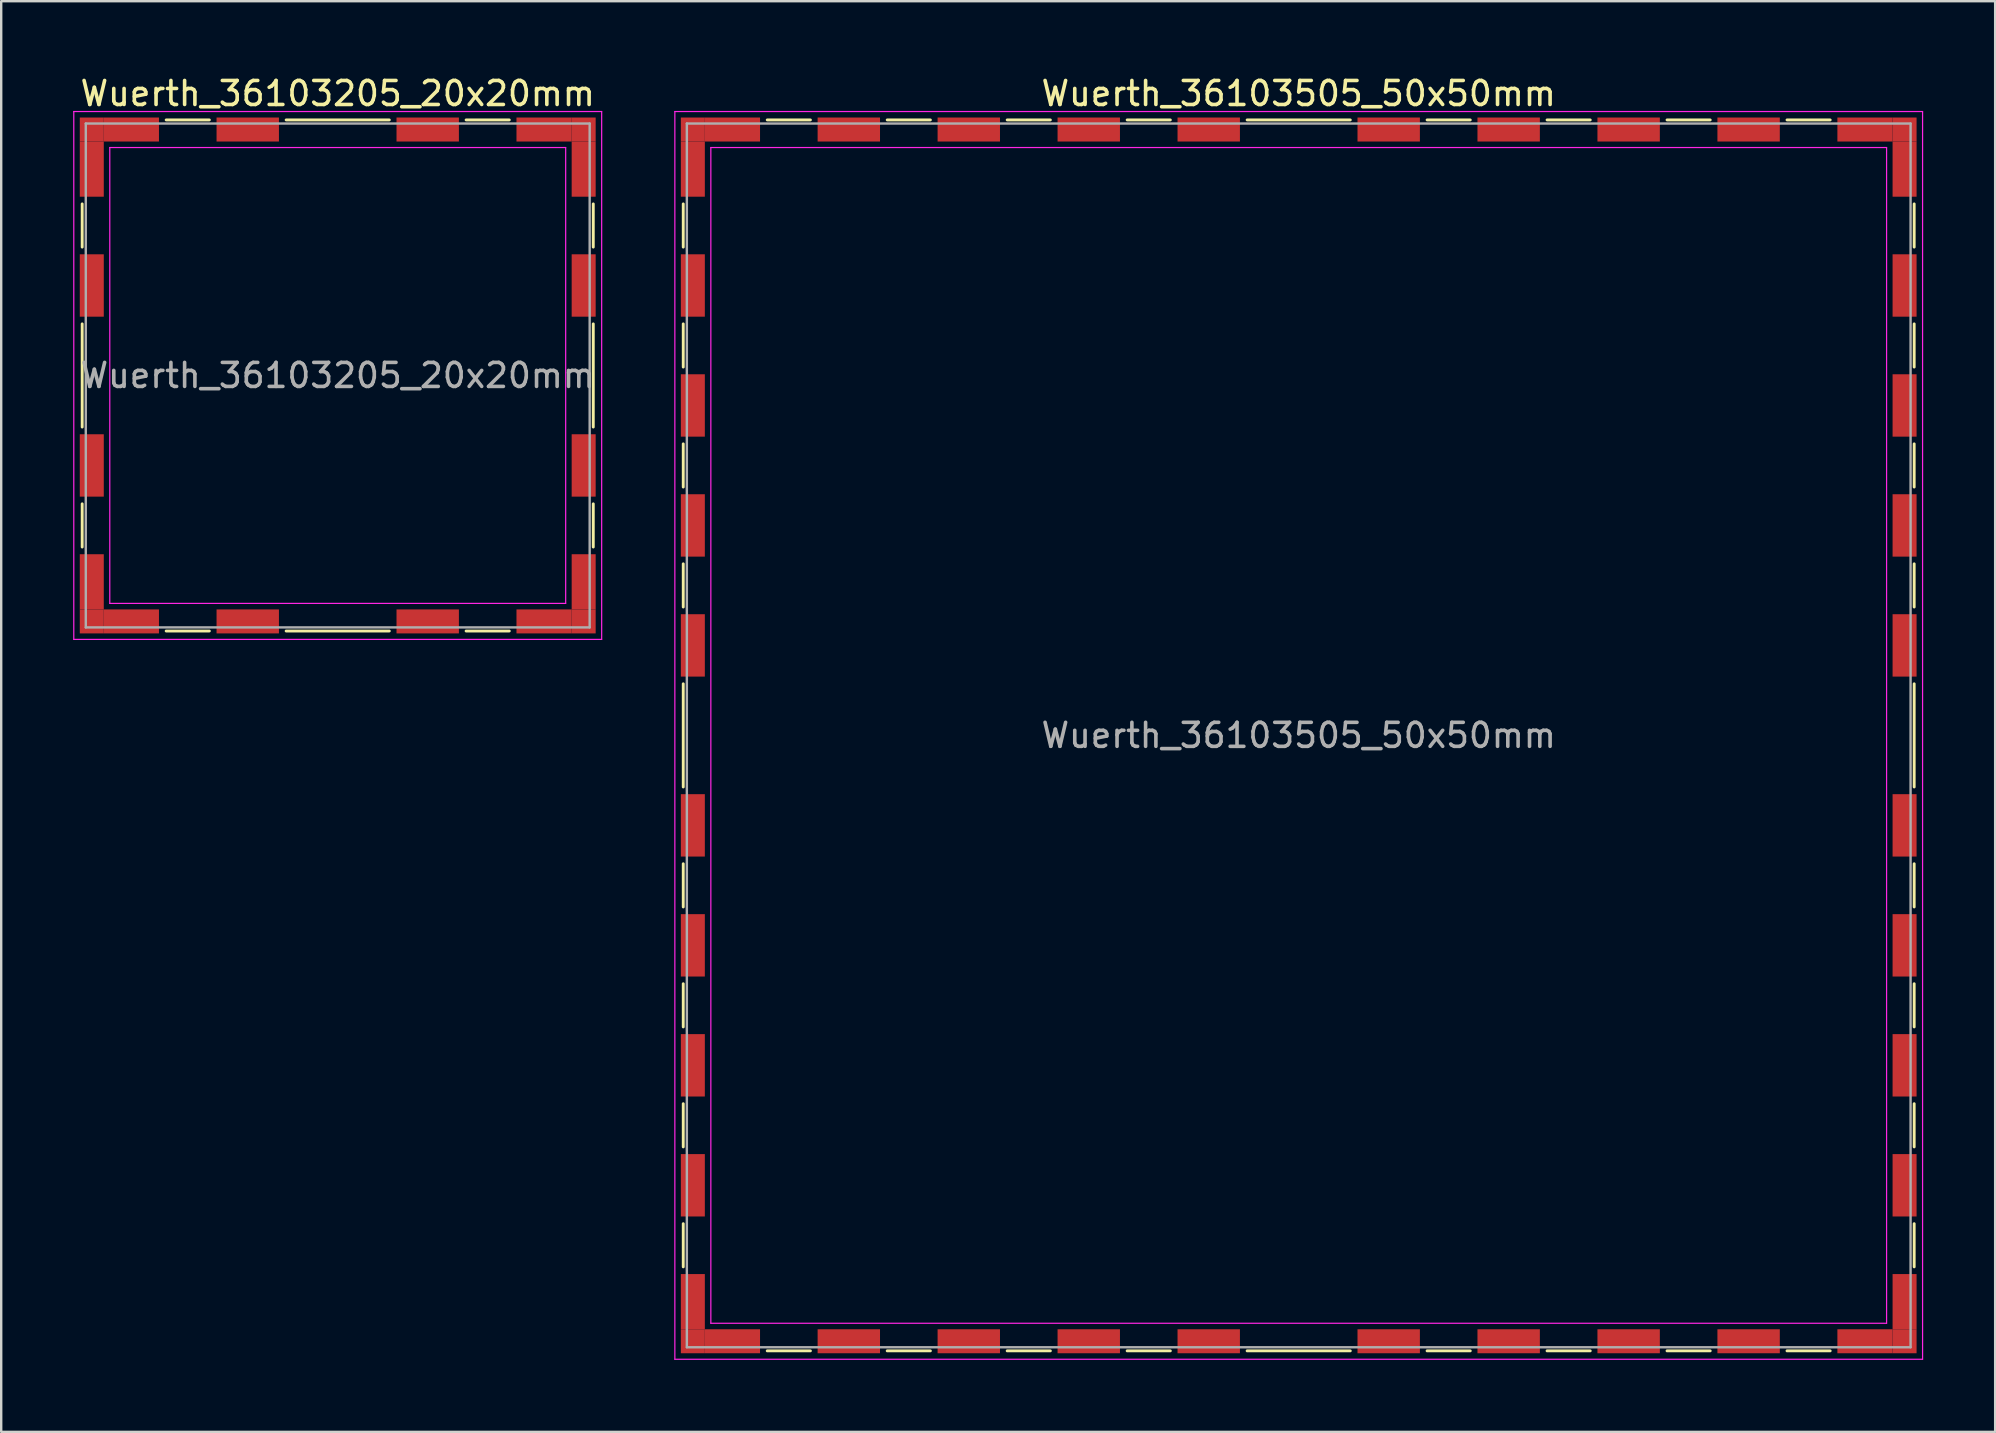
<source format=kicad_pcb>
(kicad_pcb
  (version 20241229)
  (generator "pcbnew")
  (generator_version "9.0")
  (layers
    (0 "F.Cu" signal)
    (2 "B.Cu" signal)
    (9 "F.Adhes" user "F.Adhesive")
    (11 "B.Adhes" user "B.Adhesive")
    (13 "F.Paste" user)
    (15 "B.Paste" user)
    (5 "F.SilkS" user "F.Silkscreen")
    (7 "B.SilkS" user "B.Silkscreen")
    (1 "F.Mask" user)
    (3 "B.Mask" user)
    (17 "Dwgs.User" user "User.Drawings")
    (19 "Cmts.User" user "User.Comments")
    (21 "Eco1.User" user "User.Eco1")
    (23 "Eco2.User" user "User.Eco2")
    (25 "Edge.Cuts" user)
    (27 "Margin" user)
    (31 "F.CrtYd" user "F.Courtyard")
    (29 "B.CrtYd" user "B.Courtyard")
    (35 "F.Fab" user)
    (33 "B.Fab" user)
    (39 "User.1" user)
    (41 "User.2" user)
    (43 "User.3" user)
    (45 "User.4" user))
  (footprint "Wuerth_36103505_50x50mm"
    (layer "F.Cu")
    (at 51.075 27.598)
    (property "Reference" "Wuerth_36103505_50x50mm" (at 0 -26.75 0) (layer "F.SilkS") (effects (font (size 1 1) (thickness 0.15))))
    (attr smd)
    (fp_line (start -25.65 -22.15) (end -25.65 -20.35) (stroke (width 0.12) (type solid)) (layer "F.SilkS"))
    (fp_line (start -25.65 -17.15) (end -25.65 -15.35) (stroke (width 0.12) (type solid)) (layer "F.SilkS"))
    (fp_line (start -25.65 -12.15) (end -25.65 -10.35) (stroke (width 0.12) (type solid)) (layer "F.SilkS"))
    (fp_line (start -25.65 -7.15) (end -25.65 -5.35) (stroke (width 0.12) (type solid)) (layer "F.SilkS"))
    (fp_line (start -25.65 -2.15) (end -25.65 2.15) (stroke (width 0.12) (type solid)) (layer "F.SilkS"))
    (fp_line (start -25.65 5.35) (end -25.65 7.15) (stroke (width 0.12) (type solid)) (layer "F.SilkS"))
    (fp_line (start -25.65 10.35) (end -25.65 12.15) (stroke (width 0.12) (type solid)) (layer "F.SilkS"))
    (fp_line (start -25.65 15.35) (end -25.65 17.15) (stroke (width 0.12) (type solid)) (layer "F.SilkS"))
    (fp_line (start -25.65 20.35) (end -25.65 22.15) (stroke (width 0.12) (type solid)) (layer "F.SilkS"))
    (fp_line (start -22.15 -25.65) (end -20.35 -25.65) (stroke (width 0.12) (type solid)) (layer "F.SilkS"))
    (fp_line (start -22.15 25.65) (end -20.35 25.65) (stroke (width 0.12) (type solid)) (layer "F.SilkS"))
    (fp_line (start -17.15 -25.65) (end -15.35 -25.65) (stroke (width 0.12) (type solid)) (layer "F.SilkS"))
    (fp_line (start -17.15 25.65) (end -15.35 25.65) (stroke (width 0.12) (type solid)) (layer "F.SilkS"))
    (fp_line (start -12.15 -25.65) (end -10.35 -25.65) (stroke (width 0.12) (type solid)) (layer "F.SilkS"))
    (fp_line (start -12.15 25.65) (end -10.35 25.65) (stroke (width 0.12) (type solid)) (layer "F.SilkS"))
    (fp_line (start -7.15 -25.65) (end -5.35 -25.65) (stroke (width 0.12) (type solid)) (layer "F.SilkS"))
    (fp_line (start -7.15 25.65) (end -5.35 25.65) (stroke (width 0.12) (type solid)) (layer "F.SilkS"))
    (fp_line (start -2.15 -25.65) (end 2.15 -25.65) (stroke (width 0.12) (type solid)) (layer "F.SilkS"))
    (fp_line (start -2.15 25.65) (end 2.15 25.65) (stroke (width 0.12) (type solid)) (layer "F.SilkS"))
    (fp_line (start 5.35 -25.65) (end 7.15 -25.65) (stroke (width 0.12) (type solid)) (layer "F.SilkS"))
    (fp_line (start 5.35 25.65) (end 7.15 25.65) (stroke (width 0.12) (type solid)) (layer "F.SilkS"))
    (fp_line (start 10.35 -25.65) (end 12.15 -25.65) (stroke (width 0.12) (type solid)) (layer "F.SilkS"))
    (fp_line (start 10.35 25.65) (end 12.15 25.65) (stroke (width 0.12) (type solid)) (layer "F.SilkS"))
    (fp_line (start 15.35 -25.65) (end 17.15 -25.65) (stroke (width 0.12) (type solid)) (layer "F.SilkS"))
    (fp_line (start 15.35 25.65) (end 17.15 25.65) (stroke (width 0.12) (type solid)) (layer "F.SilkS"))
    (fp_line (start 20.35 -25.65) (end 22.15 -25.65) (stroke (width 0.12) (type solid)) (layer "F.SilkS"))
    (fp_line (start 20.35 25.65) (end 22.15 25.65) (stroke (width 0.12) (type solid)) (layer "F.SilkS"))
    (fp_line (start 25.65 -22.15) (end 25.65 -20.35) (stroke (width 0.12) (type solid)) (layer "F.SilkS"))
    (fp_line (start 25.65 -17.15) (end 25.65 -15.35) (stroke (width 0.12) (type solid)) (layer "F.SilkS"))
    (fp_line (start 25.65 -12.15) (end 25.65 -10.35) (stroke (width 0.12) (type solid)) (layer "F.SilkS"))
    (fp_line (start 25.65 -7.15) (end 25.65 -5.35) (stroke (width 0.12) (type solid)) (layer "F.SilkS"))
    (fp_line (start 25.65 -2.15) (end 25.65 2.15) (stroke (width 0.12) (type solid)) (layer "F.SilkS"))
    (fp_line (start 25.65 5.35) (end 25.65 7.15) (stroke (width 0.12) (type solid)) (layer "F.SilkS"))
    (fp_line (start 25.65 10.35) (end 25.65 12.15) (stroke (width 0.12) (type solid)) (layer "F.SilkS"))
    (fp_line (start 25.65 15.35) (end 25.65 17.15) (stroke (width 0.12) (type solid)) (layer "F.SilkS"))
    (fp_line (start 25.65 20.35) (end 25.65 22.15) (stroke (width 0.12) (type solid)) (layer "F.SilkS"))
    (fp_line (start -26 -26) (end -26 26) (stroke (width 0.05) (type solid)) (layer "F.CrtYd"))
    (fp_line (start -26 26) (end 26 26) (stroke (width 0.05) (type solid)) (layer "F.CrtYd"))
    (fp_line (start -24.5 -24.5) (end -24.5 24.5) (stroke (width 0.05) (type solid)) (layer "F.CrtYd"))
    (fp_line (start -24.5 24.5) (end 24.5 24.5) (stroke (width 0.05) (type solid)) (layer "F.CrtYd"))
    (fp_line (start 24.5 -24.5) (end -24.5 -24.5) (stroke (width 0.05) (type solid)) (layer "F.CrtYd"))
    (fp_line (start 24.5 24.5) (end 24.5 -24.5) (stroke (width 0.05) (type solid)) (layer "F.CrtYd"))
    (fp_line (start 26 -26) (end -26 -26) (stroke (width 0.05) (type solid)) (layer "F.CrtYd"))
    (fp_line (start 26 26) (end 26 -26) (stroke (width 0.05) (type solid)) (layer "F.CrtYd"))
    (fp_line (start -25.5 -25.5) (end -25.5 25.5) (stroke (width 0.1) (type solid)) (layer "F.Fab"))
    (fp_line (start -25.5 25.5) (end 25.5 25.5) (stroke (width 0.1) (type solid)) (layer "F.Fab"))
    (fp_line (start 25.5 -25.5) (end -25.5 -25.5) (stroke (width 0.1) (type solid)) (layer "F.Fab"))
    (fp_line (start 25.5 25.5) (end 25.5 -25.5) (stroke (width 0.1) (type solid)) (layer "F.Fab"))
    (fp_text user "${REFERENCE}" (at 0 0 0) (layer "F.Fab") (effects (font (size 1 1) (thickness 0.15))))
    (pad "1" smd rect (at -25.25 -25.25) (size 1 1) (layers "F.Cu" "F.Mask" "F.Paste"))
    (pad "1" smd rect (at -25.25 -23.6) (size 1 2.3) (layers "F.Cu" "F.Mask" "F.Paste"))
    (pad "1" smd rect (at -25.25 -18.75) (size 1 2.6) (layers "F.Cu" "F.Mask" "F.Paste"))
    (pad "1" smd rect (at -25.25 -13.75) (size 1 2.6) (layers "F.Cu" "F.Mask" "F.Paste"))
    (pad "1" smd rect (at -25.25 -8.75) (size 1 2.6) (layers "F.Cu" "F.Mask" "F.Paste"))
    (pad "1" smd rect (at -25.25 -3.75) (size 1 2.6) (layers "F.Cu" "F.Mask" "F.Paste"))
    (pad "1" smd rect (at -25.25 3.75) (size 1 2.6) (layers "F.Cu" "F.Mask" "F.Paste"))
    (pad "1" smd rect (at -25.25 8.75) (size 1 2.6) (layers "F.Cu" "F.Mask" "F.Paste"))
    (pad "1" smd rect (at -25.25 13.75) (size 1 2.6) (layers "F.Cu" "F.Mask" "F.Paste"))
    (pad "1" smd rect (at -25.25 18.75) (size 1 2.6) (layers "F.Cu" "F.Mask" "F.Paste"))
    (pad "1" smd rect (at -25.25 23.6) (size 1 2.3) (layers "F.Cu" "F.Mask" "F.Paste"))
    (pad "1" smd rect (at -25.25 25.25) (size 1 1) (layers "F.Cu" "F.Mask" "F.Paste"))
    (pad "1" smd rect (at -23.6 -25.25) (size 2.3 1) (layers "F.Cu" "F.Mask" "F.Paste"))
    (pad "1" smd rect (at -23.6 25.25) (size 2.3 1) (layers "F.Cu" "F.Mask" "F.Paste"))
    (pad "1" smd rect (at -18.75 -25.25) (size 2.6 1) (layers "F.Cu" "F.Mask" "F.Paste"))
    (pad "1" smd rect (at -18.75 25.25) (size 2.6 1) (layers "F.Cu" "F.Mask" "F.Paste"))
    (pad "1" smd rect (at -13.75 -25.25) (size 2.6 1) (layers "F.Cu" "F.Mask" "F.Paste"))
    (pad "1" smd rect (at -13.75 25.25) (size 2.6 1) (layers "F.Cu" "F.Mask" "F.Paste"))
    (pad "1" smd rect (at -8.75 -25.25) (size 2.6 1) (layers "F.Cu" "F.Mask" "F.Paste"))
    (pad "1" smd rect (at -8.75 25.25) (size 2.6 1) (layers "F.Cu" "F.Mask" "F.Paste"))
    (pad "1" smd rect (at -3.75 -25.25) (size 2.6 1) (layers "F.Cu" "F.Mask" "F.Paste"))
    (pad "1" smd rect (at -3.75 25.25) (size 2.6 1) (layers "F.Cu" "F.Mask" "F.Paste"))
    (pad "1" smd rect (at 3.75 -25.25) (size 2.6 1) (layers "F.Cu" "F.Mask" "F.Paste"))
    (pad "1" smd rect (at 3.75 25.25) (size 2.6 1) (layers "F.Cu" "F.Mask" "F.Paste"))
    (pad "1" smd rect (at 8.75 -25.25) (size 2.6 1) (layers "F.Cu" "F.Mask" "F.Paste"))
    (pad "1" smd rect (at 8.75 25.25) (size 2.6 1) (layers "F.Cu" "F.Mask" "F.Paste"))
    (pad "1" smd rect (at 13.75 -25.25) (size 2.6 1) (layers "F.Cu" "F.Mask" "F.Paste"))
    (pad "1" smd rect (at 13.75 25.25) (size 2.6 1) (layers "F.Cu" "F.Mask" "F.Paste"))
    (pad "1" smd rect (at 18.75 -25.25) (size 2.6 1) (layers "F.Cu" "F.Mask" "F.Paste"))
    (pad "1" smd rect (at 18.75 25.25) (size 2.6 1) (layers "F.Cu" "F.Mask" "F.Paste"))
    (pad "1" smd rect (at 23.6 -25.25) (size 2.3 1) (layers "F.Cu" "F.Mask" "F.Paste"))
    (pad "1" smd rect (at 23.6 25.25) (size 2.3 1) (layers "F.Cu" "F.Mask" "F.Paste"))
    (pad "1" smd rect (at 25.25 -25.25) (size 1 1) (layers "F.Cu" "F.Mask" "F.Paste"))
    (pad "1" smd rect (at 25.25 -23.6) (size 1 2.3) (layers "F.Cu" "F.Mask" "F.Paste"))
    (pad "1" smd rect (at 25.25 -18.75) (size 1 2.6) (layers "F.Cu" "F.Mask" "F.Paste"))
    (pad "1" smd rect (at 25.25 -13.75) (size 1 2.6) (layers "F.Cu" "F.Mask" "F.Paste"))
    (pad "1" smd rect (at 25.25 -8.75) (size 1 2.6) (layers "F.Cu" "F.Mask" "F.Paste"))
    (pad "1" smd rect (at 25.25 -3.75) (size 1 2.6) (layers "F.Cu" "F.Mask" "F.Paste"))
    (pad "1" smd rect (at 25.25 3.75) (size 1 2.6) (layers "F.Cu" "F.Mask" "F.Paste"))
    (pad "1" smd rect (at 25.25 8.75) (size 1 2.6) (layers "F.Cu" "F.Mask" "F.Paste"))
    (pad "1" smd rect (at 25.25 13.75) (size 1 2.6) (layers "F.Cu" "F.Mask" "F.Paste"))
    (pad "1" smd rect (at 25.25 18.75) (size 1 2.6) (layers "F.Cu" "F.Mask" "F.Paste"))
    (pad "1" smd rect (at 25.25 23.6) (size 1 2.3) (layers "F.Cu" "F.Mask" "F.Paste"))
    (pad "1" smd rect (at 25.25 25.25) (size 1 1) (layers "F.Cu" "F.Mask" "F.Paste")))
  (footprint "Wuerth_36103205_20x20mm"
    (layer "F.Cu")
    (at 11.025 12.598)
    (property "Reference" "Wuerth_36103205_20x20mm" (at 0 -11.75 0) (layer "F.SilkS") (effects (font (size 1 1) (thickness 0.15))))
    (attr smd)
    (fp_line (start -10.65 -7.15) (end -10.65 -5.35) (stroke (width 0.12) (type solid)) (layer "F.SilkS"))
    (fp_line (start -10.65 -2.15) (end -10.65 2.15) (stroke (width 0.12) (type solid)) (layer "F.SilkS"))
    (fp_line (start -10.65 5.35) (end -10.65 7.15) (stroke (width 0.12) (type solid)) (layer "F.SilkS"))
    (fp_line (start -7.15 -10.65) (end -5.35 -10.65) (stroke (width 0.12) (type solid)) (layer "F.SilkS"))
    (fp_line (start -7.15 10.65) (end -5.35 10.65) (stroke (width 0.12) (type solid)) (layer "F.SilkS"))
    (fp_line (start -2.15 -10.65) (end 2.15 -10.65) (stroke (width 0.12) (type solid)) (layer "F.SilkS"))
    (fp_line (start -2.15 10.65) (end 2.15 10.65) (stroke (width 0.12) (type solid)) (layer "F.SilkS"))
    (fp_line (start 5.35 -10.65) (end 7.15 -10.65) (stroke (width 0.12) (type solid)) (layer "F.SilkS"))
    (fp_line (start 5.35 10.65) (end 7.15 10.65) (stroke (width 0.12) (type solid)) (layer "F.SilkS"))
    (fp_line (start 10.65 -7.15) (end 10.65 -5.35) (stroke (width 0.12) (type solid)) (layer "F.SilkS"))
    (fp_line (start 10.65 -2.15) (end 10.65 2.15) (stroke (width 0.12) (type solid)) (layer "F.SilkS"))
    (fp_line (start 10.65 5.35) (end 10.65 7.15) (stroke (width 0.12) (type solid)) (layer "F.SilkS"))
    (fp_line (start -11 -11) (end -11 11) (stroke (width 0.05) (type solid)) (layer "F.CrtYd"))
    (fp_line (start -11 11) (end 11 11) (stroke (width 0.05) (type solid)) (layer "F.CrtYd"))
    (fp_line (start -9.5 -9.5) (end -9.5 9.5) (stroke (width 0.05) (type solid)) (layer "F.CrtYd"))
    (fp_line (start -9.5 9.5) (end 9.5 9.5) (stroke (width 0.05) (type solid)) (layer "F.CrtYd"))
    (fp_line (start 9.5 -9.5) (end -9.5 -9.5) (stroke (width 0.05) (type solid)) (layer "F.CrtYd"))
    (fp_line (start 9.5 9.5) (end 9.5 -9.5) (stroke (width 0.05) (type solid)) (layer "F.CrtYd"))
    (fp_line (start 11 -11) (end -11 -11) (stroke (width 0.05) (type solid)) (layer "F.CrtYd"))
    (fp_line (start 11 11) (end 11 -11) (stroke (width 0.05) (type solid)) (layer "F.CrtYd"))
    (fp_line (start -10.5 -10.5) (end -10.5 10.5) (stroke (width 0.1) (type solid)) (layer "F.Fab"))
    (fp_line (start -10.5 10.5) (end 10.5 10.5) (stroke (width 0.1) (type solid)) (layer "F.Fab"))
    (fp_line (start 10.5 -10.5) (end -10.5 -10.5) (stroke (width 0.1) (type solid)) (layer "F.Fab"))
    (fp_line (start 10.5 10.5) (end 10.5 -10.5) (stroke (width 0.1) (type solid)) (layer "F.Fab"))
    (fp_text user "${REFERENCE}" (at 0 0 0) (layer "F.Fab") (effects (font (size 1 1) (thickness 0.15))))
    (pad "1" smd rect (at -10.25 -10.25) (size 1 1) (layers "F.Cu" "F.Mask" "F.Paste"))
    (pad "1" smd rect (at -10.25 -8.6) (size 1 2.3) (layers "F.Cu" "F.Mask" "F.Paste"))
    (pad "1" smd rect (at -10.25 -3.75) (size 1 2.6) (layers "F.Cu" "F.Mask" "F.Paste"))
    (pad "1" smd rect (at -10.25 3.75) (size 1 2.6) (layers "F.Cu" "F.Mask" "F.Paste"))
    (pad "1" smd rect (at -10.25 8.6) (size 1 2.3) (layers "F.Cu" "F.Mask" "F.Paste"))
    (pad "1" smd rect (at -10.25 10.25) (size 1 1) (layers "F.Cu" "F.Mask" "F.Paste"))
    (pad "1" smd rect (at -8.6 -10.25) (size 2.3 1) (layers "F.Cu" "F.Mask" "F.Paste"))
    (pad "1" smd rect (at -8.6 10.25) (size 2.3 1) (layers "F.Cu" "F.Mask" "F.Paste"))
    (pad "1" smd rect (at -3.75 -10.25) (size 2.6 1) (layers "F.Cu" "F.Mask" "F.Paste"))
    (pad "1" smd rect (at -3.75 10.25) (size 2.6 1) (layers "F.Cu" "F.Mask" "F.Paste"))
    (pad "1" smd rect (at 3.75 -10.25) (size 2.6 1) (layers "F.Cu" "F.Mask" "F.Paste"))
    (pad "1" smd rect (at 3.75 10.25) (size 2.6 1) (layers "F.Cu" "F.Mask" "F.Paste"))
    (pad "1" smd rect (at 8.6 -10.25) (size 2.3 1) (layers "F.Cu" "F.Mask" "F.Paste"))
    (pad "1" smd rect (at 8.6 10.25) (size 2.3 1) (layers "F.Cu" "F.Mask" "F.Paste"))
    (pad "1" smd rect (at 10.25 -10.25) (size 1 1) (layers "F.Cu" "F.Mask" "F.Paste"))
    (pad "1" smd rect (at 10.25 -8.6) (size 1 2.3) (layers "F.Cu" "F.Mask" "F.Paste"))
    (pad "1" smd rect (at 10.25 -3.75) (size 1 2.6) (layers "F.Cu" "F.Mask" "F.Paste"))
    (pad "1" smd rect (at 10.25 3.75) (size 1 2.6) (layers "F.Cu" "F.Mask" "F.Paste"))
    (pad "1" smd rect (at 10.25 8.6) (size 1 2.3) (layers "F.Cu" "F.Mask" "F.Paste"))
    (pad "1" smd rect (at 10.25 10.25) (size 1 1) (layers "F.Cu" "F.Mask" "F.Paste")))
  (gr_rect
    (start -3 -3)
    (end 80.1 56.623)
    (stroke (width 0.1) (type default))
    (fill no)
    (layer "Edge.Cuts")))
</source>
